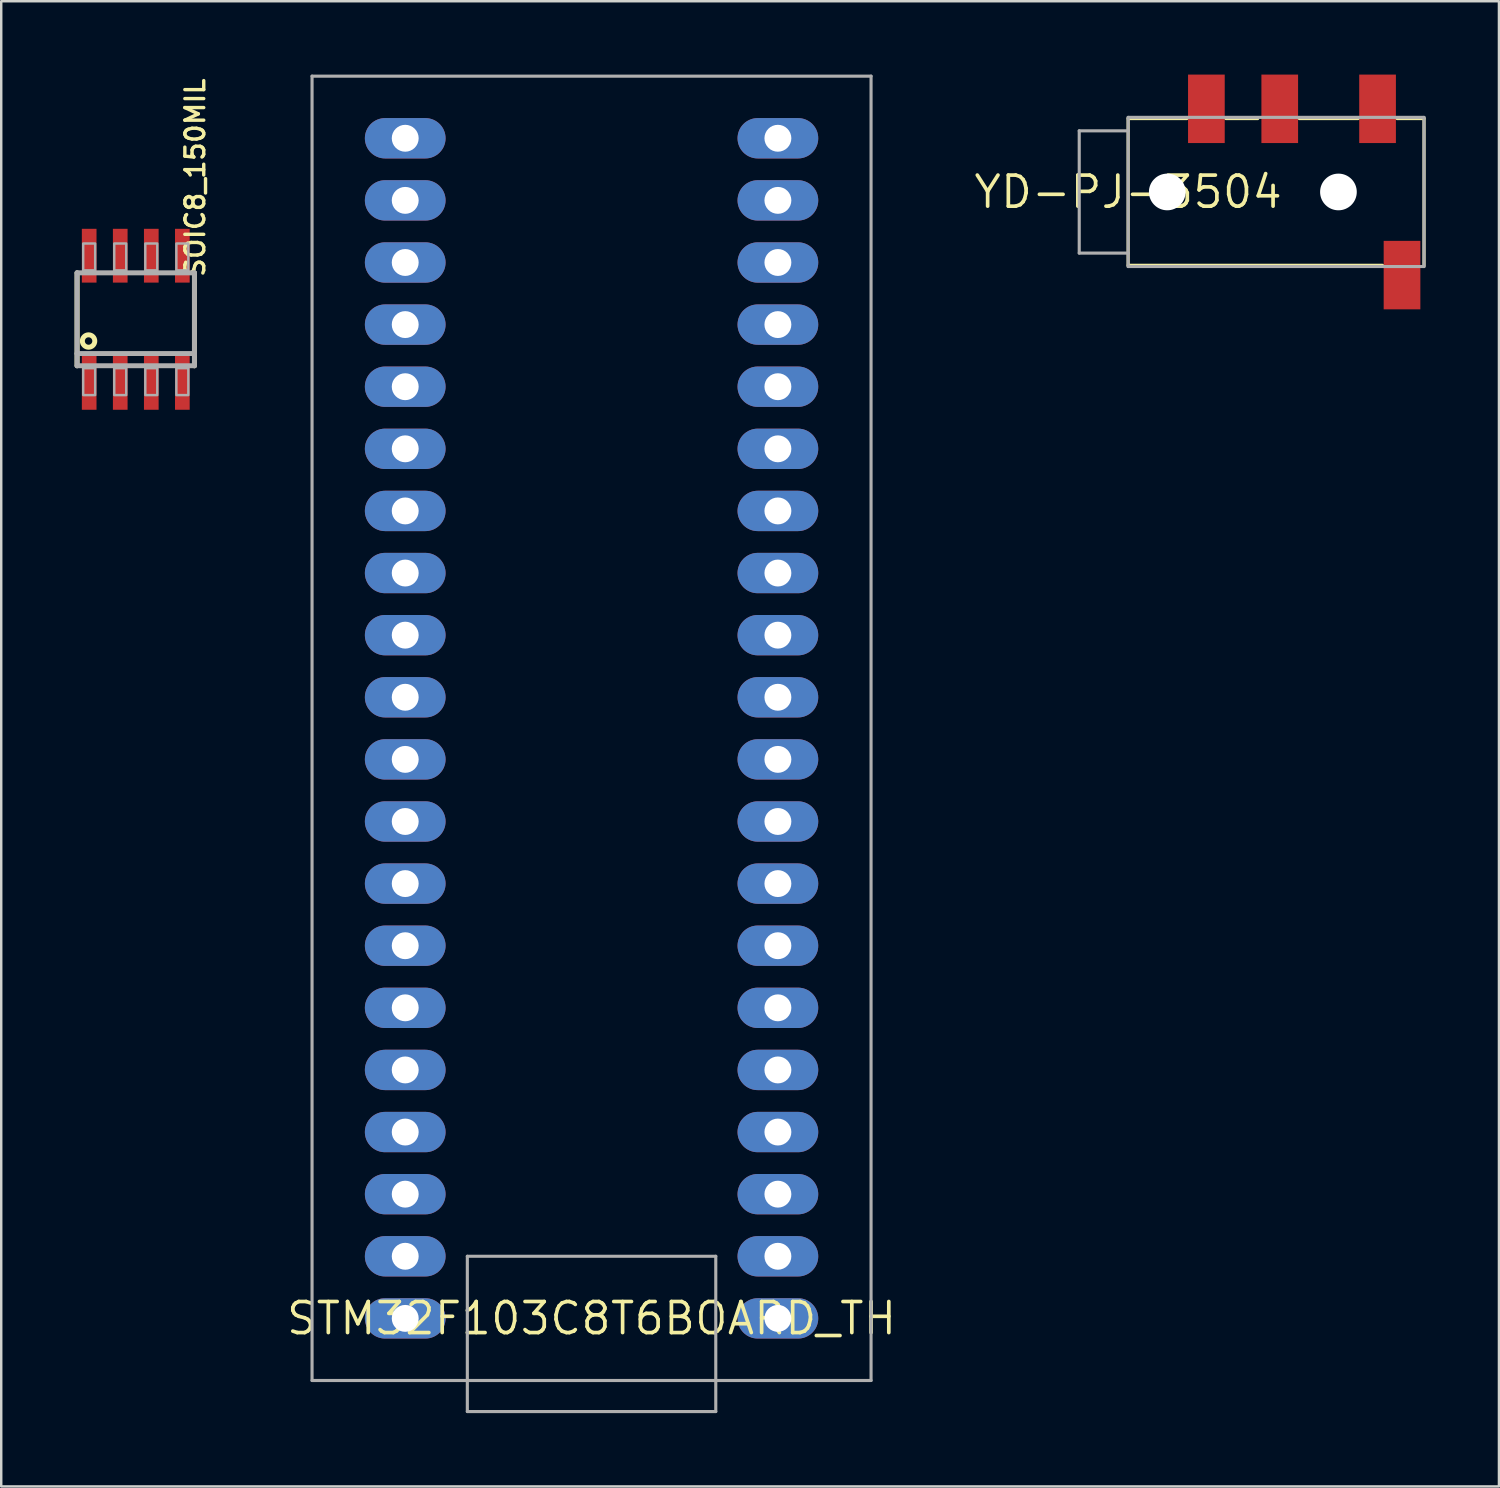
<source format=kicad_pcb>
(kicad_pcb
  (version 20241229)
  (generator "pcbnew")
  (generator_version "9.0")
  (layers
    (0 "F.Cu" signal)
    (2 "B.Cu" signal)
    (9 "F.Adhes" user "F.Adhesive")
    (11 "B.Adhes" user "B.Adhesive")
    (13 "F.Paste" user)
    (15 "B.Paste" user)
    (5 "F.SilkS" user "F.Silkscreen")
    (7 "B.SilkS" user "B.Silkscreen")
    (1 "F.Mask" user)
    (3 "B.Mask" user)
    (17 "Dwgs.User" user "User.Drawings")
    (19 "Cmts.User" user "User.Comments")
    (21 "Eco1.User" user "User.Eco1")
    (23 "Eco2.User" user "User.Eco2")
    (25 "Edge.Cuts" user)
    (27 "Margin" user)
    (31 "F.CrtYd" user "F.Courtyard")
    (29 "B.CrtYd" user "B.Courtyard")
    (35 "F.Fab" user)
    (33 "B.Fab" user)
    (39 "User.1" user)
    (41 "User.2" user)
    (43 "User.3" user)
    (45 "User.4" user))
  (footprint "SOIC8_150MIL"
    (layer "F.Cu")
    (at 2.502 10.007)
    (property "Reference" "SOIC8_150MIL" (at 2.881 -1.655 270) (layer "F.SilkS") (effects (font (size 0.772 0.772) (thickness 0.139)) (justify left bottom)))
    (attr through_hole)
    (fp_line (start -2.4 1.9) (end -2.4 -1.9) (stroke (width 0.203) (type solid)) (layer "F.SilkS"))
    (fp_line (start 2.4 -1.9) (end 2.4 1.9) (stroke (width 0.203) (type solid)) (layer "F.SilkS"))
    (fp_circle (center -1.93 0.889) (end -1.676 0.889) (stroke (width 0.203) (type solid)) (fill no) (layer "F.SilkS"))
    (fp_line (start -2.4 -1.9) (end 2.4 -1.9) (stroke (width 0.203) (type solid)) (layer "F.Fab"))
    (fp_line (start -2.4 1.4) (end -2.4 -1.9) (stroke (width 0.203) (type solid)) (layer "F.Fab"))
    (fp_line (start -2.4 1.9) (end -2.4 1.4) (stroke (width 0.203) (type solid)) (layer "F.Fab"))
    (fp_line (start 2.4 -1.9) (end 2.4 1.4) (stroke (width 0.203) (type solid)) (layer "F.Fab"))
    (fp_line (start 2.4 1.4) (end -2.4 1.4) (stroke (width 0.203) (type solid)) (layer "F.Fab"))
    (fp_line (start 2.4 1.4) (end 2.4 1.9) (stroke (width 0.203) (type solid)) (layer "F.Fab"))
    (fp_line (start 2.4 1.9) (end -2.4 1.9) (stroke (width 0.203) (type solid)) (layer "F.Fab"))
    (fp_poly (pts (xy -2.15 -2) (xy -1.66 -2) (xy -1.66 -3.1) (xy -2.15 -3.1)) (stroke (width 0.1) (type solid)) (fill no) (layer "F.Fab"))
    (fp_poly (pts (xy -2.15 3.1) (xy -1.66 3.1) (xy -1.66 2) (xy -2.15 2)) (stroke (width 0.1) (type solid)) (fill no) (layer "F.Fab"))
    (fp_poly (pts (xy -0.88 -2) (xy -0.39 -2) (xy -0.39 -3.1) (xy -0.88 -3.1)) (stroke (width 0.1) (type solid)) (fill no) (layer "F.Fab"))
    (fp_poly (pts (xy -0.88 3.1) (xy -0.39 3.1) (xy -0.39 2) (xy -0.88 2)) (stroke (width 0.1) (type solid)) (fill no) (layer "F.Fab"))
    (fp_poly (pts (xy 0.39 -2) (xy 0.88 -2) (xy 0.88 -3.1) (xy 0.39 -3.1)) (stroke (width 0.1) (type solid)) (fill no) (layer "F.Fab"))
    (fp_poly (pts (xy 0.39 3.1) (xy 0.88 3.1) (xy 0.88 2) (xy 0.39 2)) (stroke (width 0.1) (type solid)) (fill no) (layer "F.Fab"))
    (fp_poly (pts (xy 1.66 -2) (xy 2.15 -2) (xy 2.15 -3.1) (xy 1.66 -3.1)) (stroke (width 0.1) (type solid)) (fill no) (layer "F.Fab"))
    (fp_poly (pts (xy 1.66 3.1) (xy 2.15 3.1) (xy 2.15 2) (xy 1.66 2)) (stroke (width 0.1) (type solid)) (fill no) (layer "F.Fab"))
    (pad "1" smd rect (at -1.905 2.6) (size 0.6 2.2) (layers "F.Cu" "F.Mask" "F.Paste"))
    (pad "2" smd rect (at -0.635 2.6) (size 0.6 2.2) (layers "F.Cu" "F.Mask" "F.Paste"))
    (pad "3" smd rect (at 0.635 2.6) (size 0.6 2.2) (layers "F.Cu" "F.Mask" "F.Paste"))
    (pad "4" smd rect (at 1.905 2.6) (size 0.6 2.2) (layers "F.Cu" "F.Mask" "F.Paste"))
    (pad "5" smd rect (at 1.905 -2.6) (size 0.6 2.2) (layers "F.Cu" "F.Mask" "F.Paste"))
    (pad "6" smd rect (at 0.635 -2.6) (size 0.6 2.2) (layers "F.Cu" "F.Mask" "F.Paste"))
    (pad "7" smd rect (at -0.635 -2.6) (size 0.6 2.2) (layers "F.Cu" "F.Mask" "F.Paste"))
    (pad "8" smd rect (at -1.905 -2.6) (size 0.6 2.2) (layers "F.Cu" "F.Mask" "F.Paste")))
  (footprint "STM32F103C8T6BOARD_TH"
    (layer "F.Cu")
    (at 21.141 50.864)
    (property "Reference" "STM32F103C8T6BOARD_TH" (at 0 0 0) (layer "F.SilkS") (effects (font (size 1.27 1.27) (thickness 0.15))))
    (attr through_hole)
    (fp_line (start -11.43 -50.8) (end 11.43 -50.8) (stroke (width 0.127) (type solid)) (layer "F.Fab"))
    (fp_line (start -11.43 2.54) (end -11.43 -50.8) (stroke (width 0.127) (type solid)) (layer "F.Fab"))
    (fp_line (start -5.08 -2.54) (end 5.08 -2.54) (stroke (width 0.127) (type solid)) (layer "F.Fab"))
    (fp_line (start -5.08 2.54) (end -11.43 2.54) (stroke (width 0.127) (type solid)) (layer "F.Fab"))
    (fp_line (start -5.08 2.54) (end -5.08 -2.54) (stroke (width 0.127) (type solid)) (layer "F.Fab"))
    (fp_line (start -5.08 2.54) (end -5.08 3.81) (stroke (width 0.127) (type solid)) (layer "F.Fab"))
    (fp_line (start -5.08 3.81) (end 5.08 3.81) (stroke (width 0.127) (type solid)) (layer "F.Fab"))
    (fp_line (start 5.08 -2.54) (end 5.08 2.54) (stroke (width 0.127) (type solid)) (layer "F.Fab"))
    (fp_line (start 5.08 2.54) (end -5.08 2.54) (stroke (width 0.127) (type solid)) (layer "F.Fab"))
    (fp_line (start 5.08 3.81) (end 5.08 2.54) (stroke (width 0.127) (type solid)) (layer "F.Fab"))
    (fp_line (start 11.43 -50.8) (end 11.43 2.54) (stroke (width 0.127) (type solid)) (layer "F.Fab"))
    (fp_line (start 11.43 2.54) (end 5.08 2.54) (stroke (width 0.127) (type solid)) (layer "F.Fab"))
    (pad "P$1" thru_hole oval (at -7.62 0) (size 3.3 1.65) (drill 1.1) (layers "*.Cu" "*.Mask"))
    (pad "P$2" thru_hole oval (at -7.62 -2.54) (size 3.3 1.65) (drill 1.1) (layers "*.Cu" "*.Mask"))
    (pad "P$3" thru_hole oval (at -7.62 -5.08) (size 3.3 1.65) (drill 1.1) (layers "*.Cu" "*.Mask"))
    (pad "P$4" thru_hole oval (at -7.62 -7.62) (size 3.3 1.65) (drill 1.1) (layers "*.Cu" "*.Mask"))
    (pad "P$5" thru_hole oval (at -7.62 -10.16) (size 3.3 1.65) (drill 1.1) (layers "*.Cu" "*.Mask"))
    (pad "P$6" thru_hole oval (at -7.62 -12.7) (size 3.3 1.65) (drill 1.1) (layers "*.Cu" "*.Mask"))
    (pad "P$7" thru_hole oval (at -7.62 -15.24) (size 3.3 1.65) (drill 1.1) (layers "*.Cu" "*.Mask"))
    (pad "P$8" thru_hole oval (at -7.62 -17.78) (size 3.3 1.65) (drill 1.1) (layers "*.Cu" "*.Mask"))
    (pad "P$9" thru_hole oval (at -7.62 -20.32) (size 3.3 1.65) (drill 1.1) (layers "*.Cu" "*.Mask"))
    (pad "P$10" thru_hole oval (at -7.62 -22.86) (size 3.3 1.65) (drill 1.1) (layers "*.Cu" "*.Mask"))
    (pad "P$11" thru_hole oval (at -7.62 -25.4) (size 3.3 1.65) (drill 1.1) (layers "*.Cu" "*.Mask"))
    (pad "P$12" thru_hole oval (at -7.62 -27.94) (size 3.3 1.65) (drill 1.1) (layers "*.Cu" "*.Mask"))
    (pad "P$13" thru_hole oval (at -7.62 -30.48) (size 3.3 1.65) (drill 1.1) (layers "*.Cu" "*.Mask"))
    (pad "P$14" thru_hole oval (at -7.62 -33.02) (size 3.3 1.65) (drill 1.1) (layers "*.Cu" "*.Mask"))
    (pad "P$15" thru_hole oval (at -7.62 -35.56) (size 3.3 1.65) (drill 1.1) (layers "*.Cu" "*.Mask"))
    (pad "P$16" thru_hole oval (at -7.62 -38.1) (size 3.3 1.65) (drill 1.1) (layers "*.Cu" "*.Mask"))
    (pad "P$17" thru_hole oval (at -7.62 -40.64) (size 3.3 1.65) (drill 1.1) (layers "*.Cu" "*.Mask"))
    (pad "P$18" thru_hole oval (at -7.62 -43.18) (size 3.3 1.65) (drill 1.1) (layers "*.Cu" "*.Mask"))
    (pad "P$19" thru_hole oval (at -7.62 -45.72) (size 3.3 1.65) (drill 1.1) (layers "*.Cu" "*.Mask"))
    (pad "P$20" thru_hole oval (at -7.62 -48.26) (size 3.3 1.65) (drill 1.1) (layers "*.Cu" "*.Mask"))
    (pad "P$21" thru_hole oval (at 7.62 -48.26) (size 3.3 1.65) (drill 1.1) (layers "*.Cu" "*.Mask"))
    (pad "P$22" thru_hole oval (at 7.62 -45.72) (size 3.3 1.65) (drill 1.1) (layers "*.Cu" "*.Mask"))
    (pad "P$23" thru_hole oval (at 7.62 -43.18) (size 3.3 1.65) (drill 1.1) (layers "*.Cu" "*.Mask"))
    (pad "P$24" thru_hole oval (at 7.62 -40.64) (size 3.3 1.65) (drill 1.1) (layers "*.Cu" "*.Mask"))
    (pad "P$25" thru_hole oval (at 7.62 -38.1) (size 3.3 1.65) (drill 1.1) (layers "*.Cu" "*.Mask"))
    (pad "P$26" thru_hole oval (at 7.62 -35.56) (size 3.3 1.65) (drill 1.1) (layers "*.Cu" "*.Mask"))
    (pad "P$27" thru_hole oval (at 7.62 -33.02) (size 3.3 1.65) (drill 1.1) (layers "*.Cu" "*.Mask"))
    (pad "P$28" thru_hole oval (at 7.62 -30.48) (size 3.3 1.65) (drill 1.1) (layers "*.Cu" "*.Mask"))
    (pad "P$29" thru_hole oval (at 7.62 -27.94) (size 3.3 1.65) (drill 1.1) (layers "*.Cu" "*.Mask"))
    (pad "P$30" thru_hole oval (at 7.62 -25.4) (size 3.3 1.65) (drill 1.1) (layers "*.Cu" "*.Mask"))
    (pad "P$31" thru_hole oval (at 7.62 -22.86) (size 3.3 1.65) (drill 1.1) (layers "*.Cu" "*.Mask"))
    (pad "P$32" thru_hole oval (at 7.62 -20.32) (size 3.3 1.65) (drill 1.1) (layers "*.Cu" "*.Mask"))
    (pad "P$33" thru_hole oval (at 7.62 -17.78) (size 3.3 1.65) (drill 1.1) (layers "*.Cu" "*.Mask"))
    (pad "P$34" thru_hole oval (at 7.62 -15.24) (size 3.3 1.65) (drill 1.1) (layers "*.Cu" "*.Mask"))
    (pad "P$35" thru_hole oval (at 7.62 -12.7) (size 3.3 1.65) (drill 1.1) (layers "*.Cu" "*.Mask"))
    (pad "P$36" thru_hole oval (at 7.62 -10.16) (size 3.3 1.65) (drill 1.1) (layers "*.Cu" "*.Mask"))
    (pad "P$37" thru_hole oval (at 7.62 -7.62) (size 3.3 1.65) (drill 1.1) (layers "*.Cu" "*.Mask"))
    (pad "P$38" thru_hole oval (at 7.62 -5.08) (size 3.3 1.65) (drill 1.1) (layers "*.Cu" "*.Mask"))
    (pad "P$39" thru_hole oval (at 7.62 -2.54) (size 3.3 1.65) (drill 1.1) (layers "*.Cu" "*.Mask"))
    (pad "P$40" thru_hole oval (at 7.62 0) (size 3.3 1.65) (drill 1.1) (layers "*.Cu" "*.Mask")))
  (footprint "YD-PJ-3504"
    (layer "F.Cu")
    (at 43.084 4.8)
    (property "Reference" "YD-PJ-3504" (at 0 0 0) (layer "F.SilkS") (effects (font (size 1.27 1.27) (thickness 0.15))))
    (attr through_hole)
    (fp_line (start 0 -3) (end 0 3) (stroke (width 0.127) (type solid)) (layer "F.SilkS"))
    (fp_line (start 0 3) (end 10.4 3) (stroke (width 0.127) (type solid)) (layer "F.SilkS"))
    (fp_line (start 2.4 -3) (end 0 -3) (stroke (width 0.127) (type solid)) (layer "F.SilkS"))
    (fp_line (start 5.3 -3) (end 4 -3) (stroke (width 0.127) (type solid)) (layer "F.SilkS"))
    (fp_line (start 9.4 -3) (end 7 -3) (stroke (width 0.127) (type solid)) (layer "F.SilkS"))
    (fp_line (start 12.1 -3) (end 11 -3) (stroke (width 0.127) (type solid)) (layer "F.SilkS"))
    (fp_line (start 12.1 3) (end 12.1 -3) (stroke (width 0.127) (type solid)) (layer "F.SilkS"))
    (fp_line (start -2 -2.5) (end -2 2.5) (stroke (width 0.127) (type solid)) (layer "F.Fab"))
    (fp_line (start -2 2.5) (end 0 2.5) (stroke (width 0.127) (type solid)) (layer "F.Fab"))
    (fp_line (start 0 -3.05) (end 0 -2.5) (stroke (width 0.127) (type solid)) (layer "F.Fab"))
    (fp_line (start 0 -2.5) (end -2 -2.5) (stroke (width 0.127) (type solid)) (layer "F.Fab"))
    (fp_line (start 0 -2.5) (end 0 2.5) (stroke (width 0.127) (type solid)) (layer "F.Fab"))
    (fp_line (start 0 2.5) (end 0 3.05) (stroke (width 0.127) (type solid)) (layer "F.Fab"))
    (fp_line (start 0 3.05) (end 12.1 3.05) (stroke (width 0.127) (type solid)) (layer "F.Fab"))
    (fp_line (start 12.1 -3.05) (end 0 -3.05) (stroke (width 0.127) (type solid)) (layer "F.Fab"))
    (fp_line (start 12.1 3.05) (end 12.1 -3.05) (stroke (width 0.127) (type solid)) (layer "F.Fab"))
    (pad "" np_thru_hole circle (at 1.6 0) (size 1.5 1.5) (drill 1.5) (layers "*.Cu" "*.Mask"))
    (pad "" np_thru_hole circle (at 8.6 0) (size 1.5 1.5) (drill 1.5) (layers "*.Cu" "*.Mask"))
    (pad "2" smd rect (at 3.2 -3.4) (size 1.5 2.8) (layers "F.Cu" "F.Mask" "F.Paste"))
    (pad "3" smd rect (at 6.2 -3.4) (size 1.5 2.8) (layers "F.Cu" "F.Mask" "F.Paste"))
    (pad "4" smd rect (at 10.2 -3.4) (size 1.5 2.8) (layers "F.Cu" "F.Mask" "F.Paste"))
    (pad "5" smd rect (at 11.2 3.4) (size 1.5 2.8) (layers "F.Cu" "F.Mask" "F.Paste")))
  (gr_rect
    (start -3 -3)
    (end 58.248 57.737)
    (stroke (width 0.1) (type default))
    (fill no)
    (layer "Edge.Cuts")))
</source>
